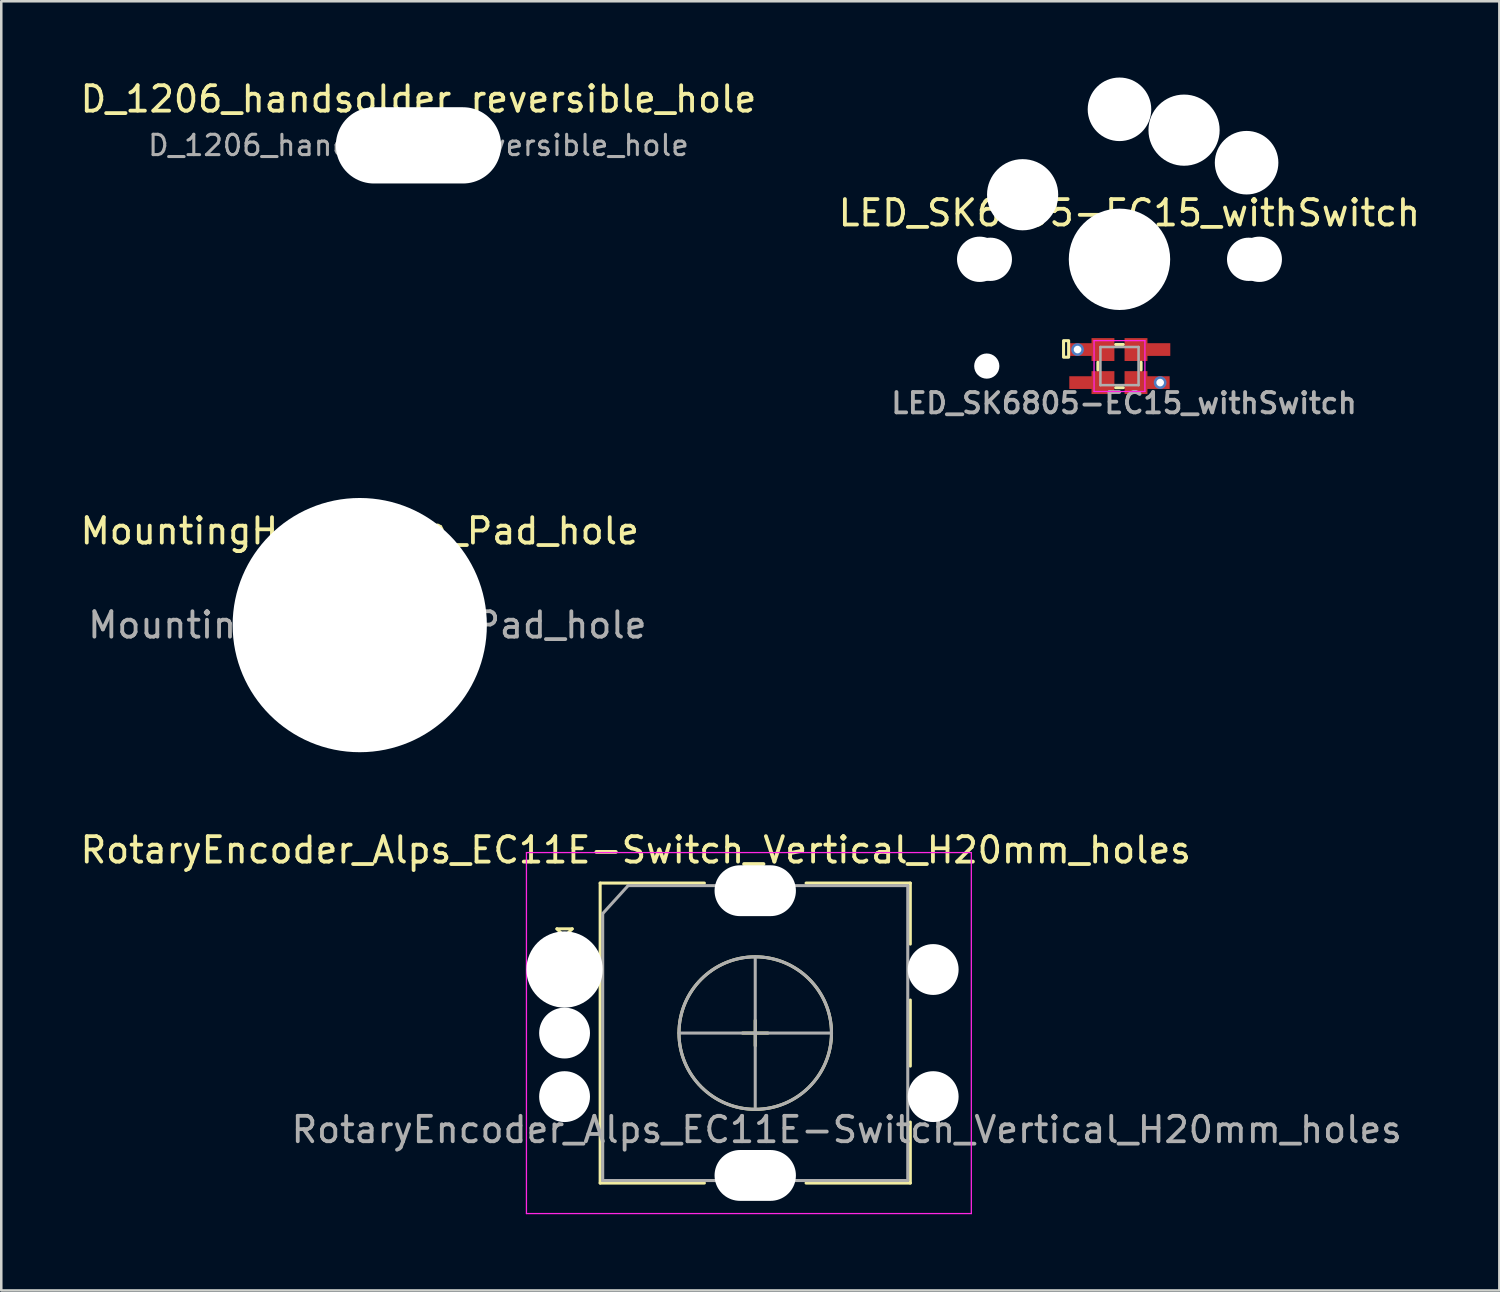
<source format=kicad_pcb>
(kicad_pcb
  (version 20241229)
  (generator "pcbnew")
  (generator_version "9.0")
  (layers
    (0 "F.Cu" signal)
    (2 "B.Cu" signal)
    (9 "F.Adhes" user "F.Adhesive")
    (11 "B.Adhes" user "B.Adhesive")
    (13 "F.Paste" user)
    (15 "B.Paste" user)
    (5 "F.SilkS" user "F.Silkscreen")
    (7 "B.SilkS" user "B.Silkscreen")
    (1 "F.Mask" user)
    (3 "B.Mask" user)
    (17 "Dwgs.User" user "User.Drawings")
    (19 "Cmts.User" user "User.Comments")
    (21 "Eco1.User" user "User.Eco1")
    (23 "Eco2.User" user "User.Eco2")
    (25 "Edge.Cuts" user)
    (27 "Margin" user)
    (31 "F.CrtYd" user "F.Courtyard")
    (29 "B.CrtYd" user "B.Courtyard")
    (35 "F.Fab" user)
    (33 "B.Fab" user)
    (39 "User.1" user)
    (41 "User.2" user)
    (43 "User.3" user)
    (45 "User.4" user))
  (footprint "LED_SK6805-EC15_withSwitch"
    (layer "F.Cu")
    (at 40.986 7.15)
    (property "Reference" "LED_SK6805-EC15_withSwitch" (at 0.389 -1.824 0) (layer "F.SilkS") (effects (font (size 1 1) (thickness 0.15))))
    (attr smd)
    (fp_line (start -0.85 4.05) (end -0.85 4.35) (stroke (width 0.12) (type solid)) (layer "F.SilkS"))
    (fp_line (start -0.15 3.35) (end 0.15 3.35) (stroke (width 0.12) (type solid)) (layer "F.SilkS"))
    (fp_line (start 0.15 5.05) (end -0.15 5.05) (stroke (width 0.12) (type solid)) (layer "F.SilkS"))
    (fp_line (start 0.85 4.05) (end 0.85 4.35) (stroke (width 0.12) (type solid)) (layer "F.SilkS"))
    (fp_rect (start -2.2 3.2) (end -2 3.85) (stroke (width 0.12) (type solid)) (fill no) (layer "F.SilkS"))
    (fp_line (start -1 3.2) (end -1 5.2) (stroke (width 0.05) (type solid)) (layer "F.CrtYd"))
    (fp_line (start -1 5.2) (end 1 5.2) (stroke (width 0.05) (type solid)) (layer "F.CrtYd"))
    (fp_line (start 1 3.2) (end -1 3.2) (stroke (width 0.05) (type solid)) (layer "F.CrtYd"))
    (fp_line (start 1 5.2) (end 1 3.2) (stroke (width 0.05) (type solid)) (layer "F.CrtYd"))
    (fp_line (start -0.75 3.45) (end -0.75 4.95) (stroke (width 0.1) (type solid)) (layer "F.Fab"))
    (fp_line (start -0.75 4.95) (end 0.75 4.95) (stroke (width 0.1) (type solid)) (layer "F.Fab"))
    (fp_line (start 0.75 3.45) (end -0.75 3.45) (stroke (width 0.1) (type solid)) (layer "F.Fab"))
    (fp_line (start 0.75 4.95) (end 0.75 3.45) (stroke (width 0.1) (type solid)) (layer "F.Fab"))
    (fp_line (start 2.55 -5.1) (end -2.7 -6.9) (stroke (width 0.12) (type solid)) (layer "User.2"))
    (fp_line (start 2.55 -5.1) (end 7.7 -2.4) (stroke (width 0.12) (type solid)) (layer "User.2"))
    (fp_line (start 5.05 -3.8) (end 0 -5.95) (stroke (width 0.12) (type solid)) (layer "User.2"))
    (fp_text user "${REFERENCE}" (at 0.18 5.658 0) (layer "F.Fab") (effects (font (size 0.8 0.8) (thickness 0.15))))
    (pad "" np_thru_hole circle (at -5.5 0) (size 1.782 1.782) (drill 1.782) (layers "*.Cu" "*.Mask"))
    (pad "" np_thru_hole circle (at -5.22 4.2) (size 0.991 0.991) (drill 0.991) (layers "*.Cu" "*.Mask"))
    (pad "" np_thru_hole circle (at -5.08 0) (size 1.702 1.702) (drill 1.702) (layers "*.Cu" "*.Mask"))
    (pad "" np_thru_hole circle (at -3.81 -2.54) (size 2.8 2.8) (drill 2.8) (layers "*.Cu" "*.Mask"))
    (pad "" np_thru_hole circle (at 0 -5.9) (size 2.5 2.5) (drill 2.5) (layers "*.Cu" "*.Mask"))
    (pad "" np_thru_hole circle (at 0 0) (size 3.988 3.988) (drill 3.988) (layers "*.Cu" "*.Mask"))
    (pad "" np_thru_hole circle (at 2.54 -5.08) (size 2.8 2.8) (drill 2.8) (layers "*.Cu" "*.Mask"))
    (pad "" np_thru_hole circle (at 5 -3.8) (size 2.5 2.5) (drill 2.5) (layers "*.Cu" "*.Mask"))
    (pad "" np_thru_hole circle (at 5.08 0) (size 1.702 1.702) (drill 1.702) (layers "*.Cu" "*.Mask"))
    (pad "" np_thru_hole circle (at 5.5 0) (size 1.782 1.782) (drill 1.782) (layers "*.Cu" "*.Mask"))
    (pad "1" smd rect (at -1.124 4.85) (size 1.7 0.5) (layers "F.Cu" "F.Mask" "F.Paste"))
    (pad "1" smd rect (at -0.65 4.85) (size 0.9 0.9) (layers "F.Cu" "F.Mask" "F.Paste"))
    (pad "2" smd rect (at 0.65 4.85) (size 0.9 0.9) (layers "F.Cu" "F.Mask" "F.Paste"))
    (pad "2" smd rect (at 1.124 4.85) (size 1.7 0.5) (layers "F.Cu" "F.Mask" "F.Paste"))
    (pad "2" thru_hole circle (at 1.6 4.85) (size 0.5 0.5) (drill 0.3) (layers "*.Cu" "*.Mask"))
    (pad "3" smd rect (at 0.65 3.55) (size 0.9 0.9) (layers "F.Cu" "F.Mask" "F.Paste"))
    (pad "3" smd rect (at 1.149 3.55) (size 1.7 0.5) (layers "F.Cu" "F.Mask" "F.Paste"))
    (pad "4" thru_hole circle (at -1.65 3.55) (size 0.5 0.5) (drill 0.3) (layers "*.Cu" "*.Mask"))
    (pad "4" smd rect (at -1.124 3.55) (size 1.7 0.5) (layers "F.Cu" "F.Mask" "F.Paste"))
    (pad "4" smd rect (at -0.65 3.55) (size 0.9 0.9) (layers "F.Cu" "F.Mask" "F.Paste")))
  (footprint "D_1206_handsolder_reversible_hole"
    (layer "F.Cu")
    (at 13.411 2.668)
    (property "Reference" "D_1206_handsolder_reversible_hole" (at 0 -1.82 0) (layer "F.SilkS") (effects (font (size 1 1) (thickness 0.15))))
    (attr smd)
    (fp_line (start -0.386 -0.684) (end -0.386 0.716) (stroke (width 0.15) (type solid)) (layer "F.SilkS"))
    (fp_line (start -0.386 0.016) (end 0.514 -0.684) (stroke (width 0.15) (type solid)) (layer "F.SilkS"))
    (fp_line (start -0.386 0.034) (end 0.514 0.734) (stroke (width 0.15) (type solid)) (layer "F.SilkS"))
    (fp_line (start -0.386 0.734) (end -0.386 -0.666) (stroke (width 0.15) (type solid)) (layer "F.SilkS"))
    (fp_line (start 0.514 -0.684) (end 0.514 0.716) (stroke (width 0.15) (type solid)) (layer "F.SilkS"))
    (fp_line (start 0.514 -0.666) (end -0.386 0.034) (stroke (width 0.15) (type solid)) (layer "F.SilkS"))
    (fp_line (start 0.514 0.716) (end -0.386 0.016) (stroke (width 0.15) (type solid)) (layer "F.SilkS"))
    (fp_line (start 0.514 0.734) (end 0.514 -0.666) (stroke (width 0.15) (type solid)) (layer "F.SilkS"))
    (fp_line (start -2.45 -1.12) (end 2.45 -1.12) (stroke (width 0.05) (type solid)) (layer "F.CrtYd"))
    (fp_line (start -2.45 1.12) (end -2.45 -1.12) (stroke (width 0.05) (type solid)) (layer "F.CrtYd"))
    (fp_line (start 2.45 -1.12) (end 2.45 1.12) (stroke (width 0.05) (type solid)) (layer "F.CrtYd"))
    (fp_line (start 2.45 1.12) (end -2.45 1.12) (stroke (width 0.05) (type solid)) (layer "F.CrtYd"))
    (fp_line (start -1.6 -0.4) (end -1.6 0.8) (stroke (width 0.1) (type solid)) (layer "F.Fab"))
    (fp_line (start -1.6 0.8) (end 1.6 0.8) (stroke (width 0.1) (type solid)) (layer "F.Fab"))
    (fp_line (start -1.2 -0.8) (end -1.6 -0.4) (stroke (width 0.1) (type solid)) (layer "F.Fab"))
    (fp_line (start 1.6 -0.8) (end -1.2 -0.8) (stroke (width 0.1) (type solid)) (layer "F.Fab"))
    (fp_line (start 1.6 0.8) (end 1.6 -0.8) (stroke (width 0.1) (type solid)) (layer "F.Fab"))
    (fp_text user "${REFERENCE}" (at 0 0 0) (layer "F.Fab") (effects (font (size 0.8 0.8) (thickness 0.12))))
    (pad "" np_thru_hole oval (at 0 0) (size 6.5 3) (drill oval 6.5 3) (layers "*.Cu" "*.Mask")))
  (footprint "RotaryEncoder_Alps_EC11E-Switch_Vertical_H20mm_holes"
    (layer "F.Cu")
    (at 19.158 35.087)
    (property "Reference" "RotaryEncoder_Alps_EC11E-Switch_Vertical_H20mm_holes" (at 2.8 -4.7 0) (layer "F.SilkS") (effects (font (size 1 1) (thickness 0.15))))
    (attr through_hole)
    (fp_line (start -0.3 -1.6) (end 0.3 -1.6) (stroke (width 0.12) (type solid)) (layer "F.SilkS"))
    (fp_line (start 0 -1.3) (end -0.3 -1.6) (stroke (width 0.12) (type solid)) (layer "F.SilkS"))
    (fp_line (start 0.3 -1.6) (end 0 -1.3) (stroke (width 0.12) (type solid)) (layer "F.SilkS"))
    (fp_line (start 1.4 -3.4) (end 1.4 8.4) (stroke (width 0.12) (type solid)) (layer "F.SilkS"))
    (fp_line (start 5.5 -3.4) (end 1.4 -3.4) (stroke (width 0.12) (type solid)) (layer "F.SilkS"))
    (fp_line (start 5.5 8.4) (end 1.4 8.4) (stroke (width 0.12) (type solid)) (layer "F.SilkS"))
    (fp_line (start 7 2.5) (end 8 2.5) (stroke (width 0.12) (type solid)) (layer "F.SilkS"))
    (fp_line (start 7.5 2) (end 7.5 3) (stroke (width 0.12) (type solid)) (layer "F.SilkS"))
    (fp_line (start 9.5 -3.4) (end 13.6 -3.4) (stroke (width 0.12) (type solid)) (layer "F.SilkS"))
    (fp_line (start 13.6 -3.4) (end 13.6 -1) (stroke (width 0.12) (type solid)) (layer "F.SilkS"))
    (fp_line (start 13.6 1.2) (end 13.6 3.8) (stroke (width 0.12) (type solid)) (layer "F.SilkS"))
    (fp_line (start 13.6 6) (end 13.6 8.4) (stroke (width 0.12) (type solid)) (layer "F.SilkS"))
    (fp_line (start 13.6 8.4) (end 9.5 8.4) (stroke (width 0.12) (type solid)) (layer "F.SilkS"))
    (fp_circle (center 7.5 2.5) (end 10.5 2.5) (stroke (width 0.12) (type solid)) (fill no) (layer "F.SilkS"))
    (fp_line (start -1.5 -4.6) (end -1.5 9.6) (stroke (width 0.05) (type solid)) (layer "F.CrtYd"))
    (fp_line (start -1.5 -4.6) (end 16 -4.6) (stroke (width 0.05) (type solid)) (layer "F.CrtYd"))
    (fp_line (start 16 9.6) (end -1.5 9.6) (stroke (width 0.05) (type solid)) (layer "F.CrtYd"))
    (fp_line (start 16 9.6) (end 16 -4.6) (stroke (width 0.05) (type solid)) (layer "F.CrtYd"))
    (fp_line (start 1.5 -2.2) (end 2.5 -3.3) (stroke (width 0.12) (type solid)) (layer "F.Fab"))
    (fp_line (start 1.5 8.3) (end 1.5 -2.2) (stroke (width 0.12) (type solid)) (layer "F.Fab"))
    (fp_line (start 2.5 -3.3) (end 13.5 -3.3) (stroke (width 0.12) (type solid)) (layer "F.Fab"))
    (fp_line (start 4.5 2.5) (end 10.5 2.5) (stroke (width 0.12) (type solid)) (layer "F.Fab"))
    (fp_line (start 7.5 -0.5) (end 7.5 5.5) (stroke (width 0.12) (type solid)) (layer "F.Fab"))
    (fp_line (start 13.5 -3.3) (end 13.5 8.3) (stroke (width 0.12) (type solid)) (layer "F.Fab"))
    (fp_line (start 13.5 8.3) (end 1.5 8.3) (stroke (width 0.12) (type solid)) (layer "F.Fab"))
    (fp_circle (center 7.5 2.5) (end 10.5 2.5) (stroke (width 0.12) (type solid)) (fill no) (layer "F.Fab"))
    (fp_text user "${REFERENCE}" (at 11.1 6.3 0) (layer "F.Fab") (effects (font (size 1 1) (thickness 0.15))))
    (pad "" np_thru_hole circle (at 0 0) (size 3 3) (drill 3) (layers "*.Cu" "*.Mask"))
    (pad "" np_thru_hole circle (at 0 2.5) (size 2 2) (drill 2) (layers "*.Cu" "*.Mask"))
    (pad "" np_thru_hole circle (at 0 5) (size 2 2) (drill 2) (layers "*.Cu" "*.Mask"))
    (pad "" np_thru_hole oval (at 7.5 -3.1) (size 3.2 2) (drill oval 3.2 2) (layers "*.Cu" "*.Mask"))
    (pad "" np_thru_hole oval (at 7.5 8.1) (size 3.2 2) (drill oval 3.2 2) (layers "*.Cu" "*.Mask"))
    (pad "" np_thru_hole circle (at 14.5 0) (size 2 2) (drill 2) (layers "*.Cu" "*.Mask"))
    (pad "" np_thru_hole circle (at 14.5 5) (size 2 2) (drill 2) (layers "*.Cu" "*.Mask")))
  (footprint "MountingHole_3mm_Pad_hole"
    (layer "F.Cu")
    (at 11.101 21.539)
    (property "Reference" "MountingHole_3mm_Pad_hole" (at 0 -3.7 0) (layer "F.SilkS") (effects (font (size 1 1) (thickness 0.15))))
    (attr exclude_from_pos_files exclude_from_bom)
    (fp_circle (center 0 0) (end 2.7 0) (stroke (width 0.15) (type solid)) (fill no) (layer "Cmts.User"))
    (fp_circle (center 0 0) (end 2.95 0) (stroke (width 0.05) (type solid)) (fill no) (layer "F.CrtYd"))
    (fp_text user "${REFERENCE}" (at 0.3 0 0) (layer "F.Fab") (effects (font (size 1 1) (thickness 0.15))))
    (pad "" np_thru_hole circle (at 0 0) (size 10 10) (drill 10) (layers "*.Cu" "*.Mask")))
  (gr_rect
    (start -3 -3)
    (end 55.929 47.712)
    (stroke (width 0.1) (type default))
    (fill no)
    (layer "Edge.Cuts")))
</source>
